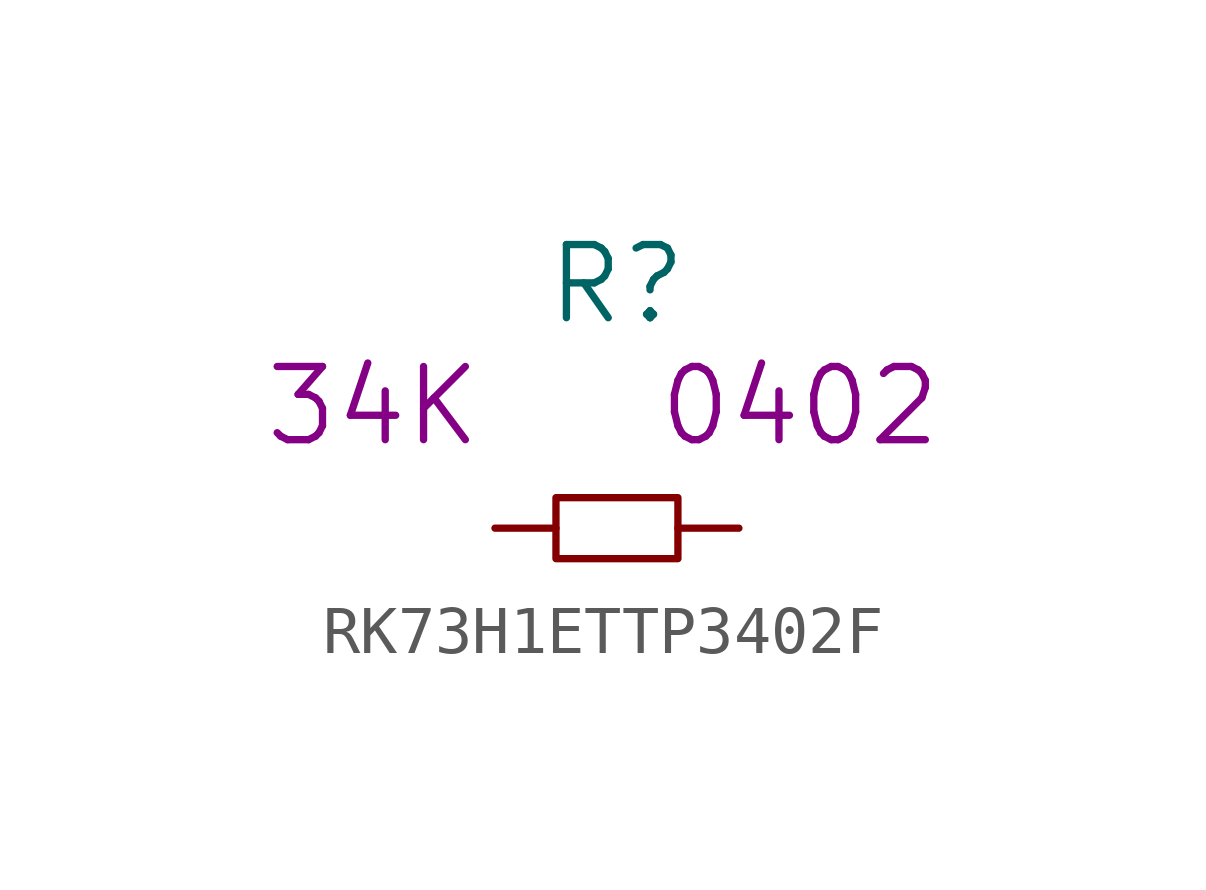
<source format=kicad_sym>
(kicad_symbol_lib
  (version 20220914)
  (generator kicad_symbol_editor)
  (symbol "RK73H1ETTP3402F"
    (pin_numbers hide)
    (pin_names
      (offset 1.016) hide)
    (property "Reference" "R"
      (at 0 5.08 0)
      (effects (font (size 1.524 1.524))))
    (property "Value2" "34K"
      (at -5.08 2.54 0)
      (effects (font (size 1.524 1.524))))
    (property "Size" "0402"
      (at 3.81 2.54 0)
      (effects (font (size 1.524 1.524))))
    (symbol "RK73H1ETTP3402F_0_1"
      (rectangle (start -1.27 0.635) (end 1.27 -0.635) (stroke (width 0) (type solid)) (fill (type none))))
    (symbol "RK73H1ETTP3402F_1_1"
      (pin passive line (at -2.54 0 0) (length 1.27) (name "1" (effects (font (size 1.27 1.27)))) (number "1" (effects (font (size 1.27 1.27)))))
      (pin passive line (at 2.54 0 180) (length 1.27) (name "2" (effects (font (size 1.27 1.27)))) (number "2" (effects (font (size 1.27 1.27))))))))
</source>
